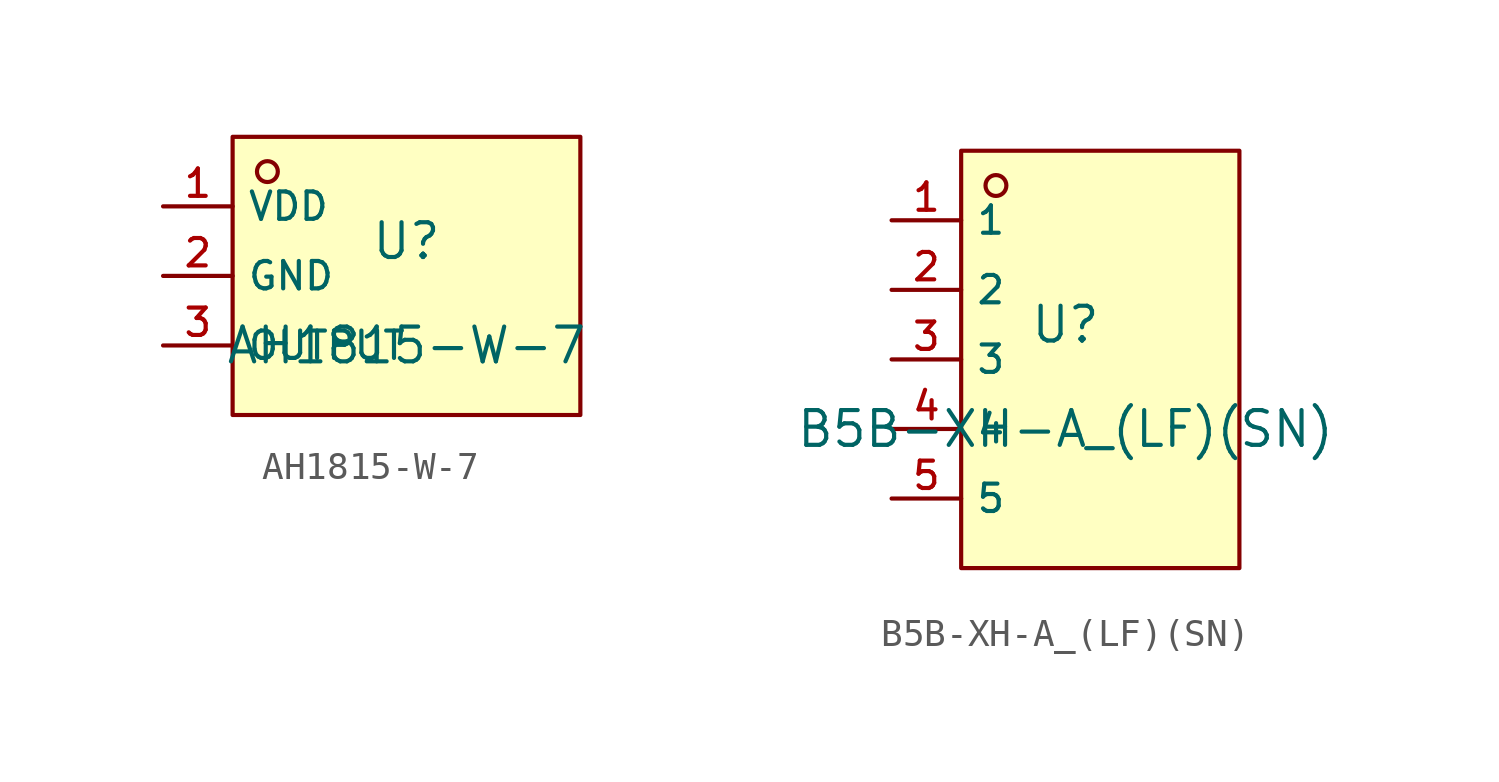
<source format=kicad_sym>
(kicad_symbol_lib
  (version 20231120)
  (generator "kicad_symbol_editor")
  (generator_version "8.0")
  (symbol "AH1815-W-7"
    (property "Reference" "U"
      (at 0 1.27 0)
      (effects (font (size 1.27 1.27))))
    (property "Value" "AH1815-W-7"
      (at 0 -2.54 0)
      (effects (font (size 1.27 1.27))))
    (symbol "AH1815-W-7_0_1"
      (rectangle (start -6.35 5.08) (end 6.35 -5.08) (stroke (width 0) (type default)) (fill (type background)))
      (circle (center -5.08 3.81) (radius 0.381) (stroke (width 0) (type default)) (fill (type background)))
      (pin unspecified line (at -8.89 2.54 0) (length 2.54) (name "VDD" (effects (font (size 1 1)))) (number "1" (effects (font (size 1 1)))))
      (pin unspecified line (at -8.89 0 0) (length 2.54) (name "GND" (effects (font (size 1 1)))) (number "2" (effects (font (size 1 1)))))
      (pin unspecified line (at -8.89 -2.54 0) (length 2.54) (name "OUTPUT" (effects (font (size 1 1)))) (number "3" (effects (font (size 1 1)))))))
  (symbol "B5B-XH-A_(LF)(SN)"
    (property "Reference" "U"
      (at 0 1.27 0)
      (effects (font (size 1.27 1.27))))
    (property "Value" "B5B-XH-A_(LF)(SN)"
      (at 0 -2.54 0)
      (effects (font (size 1.27 1.27))))
    (symbol "B5B-XH-A_(LF)(SN)_0_1"
      (rectangle (start -3.81 7.62) (end 6.35 -7.62) (stroke (width 0) (type default)) (fill (type background)))
      (circle (center -2.54 6.35) (radius 0.381) (stroke (width 0) (type default)) (fill (type background)))
      (pin passive line (at -6.35 5.08 0) (length 2.54) (name "1" (effects (font (size 1 1)))) (number "1" (effects (font (size 1 1)))))
      (pin passive line (at -6.35 2.54 0) (length 2.54) (name "2" (effects (font (size 1 1)))) (number "2" (effects (font (size 1 1)))))
      (pin passive line (at -6.35 0 0) (length 2.54) (name "3" (effects (font (size 1 1)))) (number "3" (effects (font (size 1 1)))))
      (pin passive line (at -6.35 -2.54 0) (length 2.54) (name "4" (effects (font (size 1 1)))) (number "4" (effects (font (size 1 1)))))
      (pin passive line (at -6.35 -5.08 0) (length 2.54) (name "5" (effects (font (size 1 1)))) (number "5" (effects (font (size 1 1))))))))
</source>
